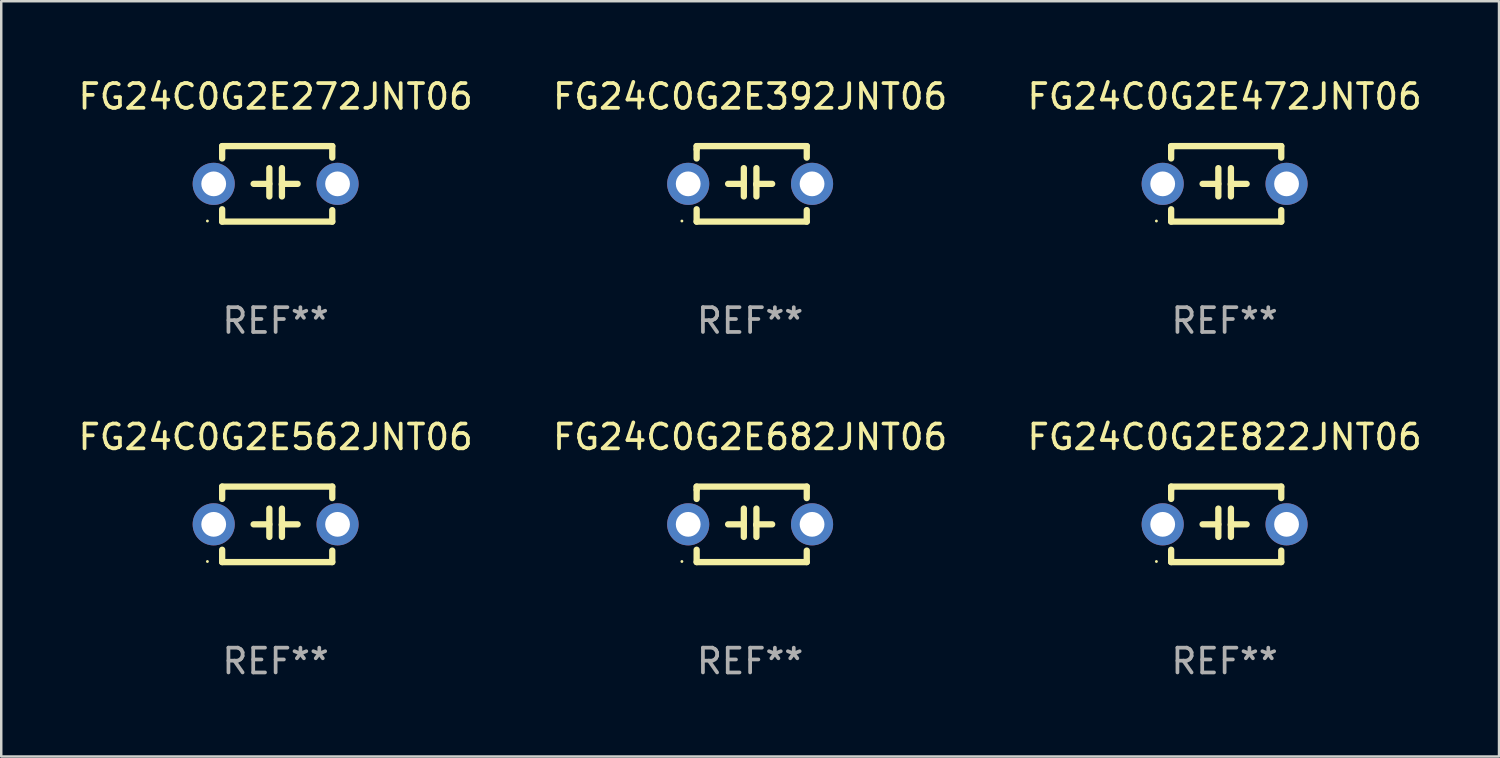
<source format=kicad_pcb>
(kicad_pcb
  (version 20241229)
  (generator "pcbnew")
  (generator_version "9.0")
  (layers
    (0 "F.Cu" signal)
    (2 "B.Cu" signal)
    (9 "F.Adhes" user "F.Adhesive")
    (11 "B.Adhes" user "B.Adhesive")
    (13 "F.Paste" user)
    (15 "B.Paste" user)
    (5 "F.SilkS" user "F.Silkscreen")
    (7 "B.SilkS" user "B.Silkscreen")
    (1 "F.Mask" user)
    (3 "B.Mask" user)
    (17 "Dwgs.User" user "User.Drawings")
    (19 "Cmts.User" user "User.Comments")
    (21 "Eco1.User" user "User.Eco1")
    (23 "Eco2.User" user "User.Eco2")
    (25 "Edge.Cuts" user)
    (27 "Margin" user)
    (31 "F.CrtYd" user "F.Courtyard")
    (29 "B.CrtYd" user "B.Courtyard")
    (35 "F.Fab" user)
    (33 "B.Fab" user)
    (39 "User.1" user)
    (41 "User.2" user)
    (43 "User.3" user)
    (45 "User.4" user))
  (footprint "FG24C0G2E272JNT06"
    (layer "F.Cu")
    (at 8.077 4.372)
    (property "Reference" "FG24C0G2E272JNT06" (at 0 -3.524 0) (layer "F.SilkS") (effects (font (size 1 1) (thickness 0.15))))
    (attr through_hole)
    (fp_line (start -2.159 -1.524) (end 2.286 -1.524) (stroke (width 0.254) (type solid)) (layer "F.SilkS"))
    (fp_line (start -2.159 -1.397) (end -2.159 -1.524) (stroke (width 0.254) (type solid)) (layer "F.SilkS"))
    (fp_line (start -2.159 -1.026) (end -2.159 -1.397) (stroke (width 0.254) (type solid)) (layer "F.SilkS"))
    (fp_line (start -2.159 1.524) (end -2.159 1.026) (stroke (width 0.254) (type solid)) (layer "F.SilkS"))
    (fp_line (start -0.889 0) (end -0.254 0) (stroke (width 0.254) (type solid)) (layer "F.SilkS"))
    (fp_line (start -0.254 0.508) (end -0.254 -0.635) (stroke (width 0.254) (type solid)) (layer "F.SilkS"))
    (fp_line (start 0.254 -0.635) (end 0.254 0.508) (stroke (width 0.254) (type solid)) (layer "F.SilkS"))
    (fp_line (start 0.254 0.04) (end 0.254 0.02) (stroke (width 0.254) (type solid)) (layer "F.SilkS"))
    (fp_line (start 0.889 0) (end 0.254 0) (stroke (width 0.254) (type solid)) (layer "F.SilkS"))
    (fp_line (start 2.286 -1.524) (end 2.286 -1.06) (stroke (width 0.254) (type solid)) (layer "F.SilkS"))
    (fp_line (start 2.286 1.06) (end 2.286 1.524) (stroke (width 0.254) (type solid)) (layer "F.SilkS"))
    (fp_line (start 2.286 1.524) (end -2.159 1.524) (stroke (width 0.254) (type solid)) (layer "F.SilkS"))
    (fp_circle (center -2.754 1.5) (end -2.724 1.5) (stroke (width 0.06) (type solid)) (fill no) (layer "F.SilkS"))
    (fp_text user "REF**" (at 0 5.524 0) (layer "F.Fab") (effects (font (size 1 1) (thickness 0.15))))
    (pad "1" thru_hole circle (at -2.5 0) (size 1.7 1.7) (drill 1) (layers "*.Cu" "*.Mask"))
    (pad "2" thru_hole circle (at 2.5 0) (size 1.7 1.7) (drill 1) (layers "*.Cu" "*.Mask")))
  (footprint "FG24C0G2E682JNT06"
    (layer "F.Cu")
    (at 27.232 18.117)
    (property "Reference" "FG24C0G2E682JNT06" (at 0 -3.524 0) (layer "F.SilkS") (effects (font (size 1 1) (thickness 0.15))))
    (attr through_hole)
    (fp_line (start -2.159 -1.524) (end 2.286 -1.524) (stroke (width 0.254) (type solid)) (layer "F.SilkS"))
    (fp_line (start -2.159 -1.397) (end -2.159 -1.524) (stroke (width 0.254) (type solid)) (layer "F.SilkS"))
    (fp_line (start -2.159 -1.026) (end -2.159 -1.397) (stroke (width 0.254) (type solid)) (layer "F.SilkS"))
    (fp_line (start -2.159 1.524) (end -2.159 1.026) (stroke (width 0.254) (type solid)) (layer "F.SilkS"))
    (fp_line (start -0.889 0) (end -0.254 0) (stroke (width 0.254) (type solid)) (layer "F.SilkS"))
    (fp_line (start -0.254 0.508) (end -0.254 -0.635) (stroke (width 0.254) (type solid)) (layer "F.SilkS"))
    (fp_line (start 0.254 -0.635) (end 0.254 0.508) (stroke (width 0.254) (type solid)) (layer "F.SilkS"))
    (fp_line (start 0.254 0.04) (end 0.254 0.02) (stroke (width 0.254) (type solid)) (layer "F.SilkS"))
    (fp_line (start 0.889 0) (end 0.254 0) (stroke (width 0.254) (type solid)) (layer "F.SilkS"))
    (fp_line (start 2.286 -1.524) (end 2.286 -1.06) (stroke (width 0.254) (type solid)) (layer "F.SilkS"))
    (fp_line (start 2.286 1.06) (end 2.286 1.524) (stroke (width 0.254) (type solid)) (layer "F.SilkS"))
    (fp_line (start 2.286 1.524) (end -2.159 1.524) (stroke (width 0.254) (type solid)) (layer "F.SilkS"))
    (fp_circle (center -2.754 1.5) (end -2.724 1.5) (stroke (width 0.06) (type solid)) (fill no) (layer "F.SilkS"))
    (fp_text user "REF**" (at 0 5.524 0) (layer "F.Fab") (effects (font (size 1 1) (thickness 0.15))))
    (pad "1" thru_hole circle (at -2.5 0) (size 1.7 1.7) (drill 1) (layers "*.Cu" "*.Mask"))
    (pad "2" thru_hole circle (at 2.5 0) (size 1.7 1.7) (drill 1) (layers "*.Cu" "*.Mask")))
  (footprint "FG24C0G2E472JNT06"
    (layer "F.Cu")
    (at 46.387 4.372)
    (property "Reference" "FG24C0G2E472JNT06" (at 0 -3.524 0) (layer "F.SilkS") (effects (font (size 1 1) (thickness 0.15))))
    (attr through_hole)
    (fp_line (start -2.159 -1.524) (end 2.286 -1.524) (stroke (width 0.254) (type solid)) (layer "F.SilkS"))
    (fp_line (start -2.159 -1.397) (end -2.159 -1.524) (stroke (width 0.254) (type solid)) (layer "F.SilkS"))
    (fp_line (start -2.159 -1.026) (end -2.159 -1.397) (stroke (width 0.254) (type solid)) (layer "F.SilkS"))
    (fp_line (start -2.159 1.524) (end -2.159 1.026) (stroke (width 0.254) (type solid)) (layer "F.SilkS"))
    (fp_line (start -0.889 0) (end -0.254 0) (stroke (width 0.254) (type solid)) (layer "F.SilkS"))
    (fp_line (start -0.254 0.508) (end -0.254 -0.635) (stroke (width 0.254) (type solid)) (layer "F.SilkS"))
    (fp_line (start 0.254 -0.635) (end 0.254 0.508) (stroke (width 0.254) (type solid)) (layer "F.SilkS"))
    (fp_line (start 0.254 0.04) (end 0.254 0.02) (stroke (width 0.254) (type solid)) (layer "F.SilkS"))
    (fp_line (start 0.889 0) (end 0.254 0) (stroke (width 0.254) (type solid)) (layer "F.SilkS"))
    (fp_line (start 2.286 -1.524) (end 2.286 -1.06) (stroke (width 0.254) (type solid)) (layer "F.SilkS"))
    (fp_line (start 2.286 1.06) (end 2.286 1.524) (stroke (width 0.254) (type solid)) (layer "F.SilkS"))
    (fp_line (start 2.286 1.524) (end -2.159 1.524) (stroke (width 0.254) (type solid)) (layer "F.SilkS"))
    (fp_circle (center -2.754 1.5) (end -2.724 1.5) (stroke (width 0.06) (type solid)) (fill no) (layer "F.SilkS"))
    (fp_text user "REF**" (at 0 5.524 0) (layer "F.Fab") (effects (font (size 1 1) (thickness 0.15))))
    (pad "1" thru_hole circle (at -2.5 0) (size 1.7 1.7) (drill 1) (layers "*.Cu" "*.Mask"))
    (pad "2" thru_hole circle (at 2.5 0) (size 1.7 1.7) (drill 1) (layers "*.Cu" "*.Mask")))
  (footprint "FG24C0G2E562JNT06"
    (layer "F.Cu")
    (at 8.077 18.117)
    (property "Reference" "FG24C0G2E562JNT06" (at 0 -3.524 0) (layer "F.SilkS") (effects (font (size 1 1) (thickness 0.15))))
    (attr through_hole)
    (fp_line (start -2.159 -1.524) (end 2.286 -1.524) (stroke (width 0.254) (type solid)) (layer "F.SilkS"))
    (fp_line (start -2.159 -1.397) (end -2.159 -1.524) (stroke (width 0.254) (type solid)) (layer "F.SilkS"))
    (fp_line (start -2.159 -1.026) (end -2.159 -1.397) (stroke (width 0.254) (type solid)) (layer "F.SilkS"))
    (fp_line (start -2.159 1.524) (end -2.159 1.026) (stroke (width 0.254) (type solid)) (layer "F.SilkS"))
    (fp_line (start -0.889 0) (end -0.254 0) (stroke (width 0.254) (type solid)) (layer "F.SilkS"))
    (fp_line (start -0.254 0.508) (end -0.254 -0.635) (stroke (width 0.254) (type solid)) (layer "F.SilkS"))
    (fp_line (start 0.254 -0.635) (end 0.254 0.508) (stroke (width 0.254) (type solid)) (layer "F.SilkS"))
    (fp_line (start 0.254 0.04) (end 0.254 0.02) (stroke (width 0.254) (type solid)) (layer "F.SilkS"))
    (fp_line (start 0.889 0) (end 0.254 0) (stroke (width 0.254) (type solid)) (layer "F.SilkS"))
    (fp_line (start 2.286 -1.524) (end 2.286 -1.06) (stroke (width 0.254) (type solid)) (layer "F.SilkS"))
    (fp_line (start 2.286 1.06) (end 2.286 1.524) (stroke (width 0.254) (type solid)) (layer "F.SilkS"))
    (fp_line (start 2.286 1.524) (end -2.159 1.524) (stroke (width 0.254) (type solid)) (layer "F.SilkS"))
    (fp_circle (center -2.754 1.5) (end -2.724 1.5) (stroke (width 0.06) (type solid)) (fill no) (layer "F.SilkS"))
    (fp_text user "REF**" (at 0 5.524 0) (layer "F.Fab") (effects (font (size 1 1) (thickness 0.15))))
    (pad "1" thru_hole circle (at -2.5 0) (size 1.7 1.7) (drill 1) (layers "*.Cu" "*.Mask"))
    (pad "2" thru_hole circle (at 2.5 0) (size 1.7 1.7) (drill 1) (layers "*.Cu" "*.Mask")))
  (footprint "FG24C0G2E392JNT06"
    (layer "F.Cu")
    (at 27.232 4.372)
    (property "Reference" "FG24C0G2E392JNT06" (at 0 -3.524 0) (layer "F.SilkS") (effects (font (size 1 1) (thickness 0.15))))
    (attr through_hole)
    (fp_line (start -2.159 -1.524) (end 2.286 -1.524) (stroke (width 0.254) (type solid)) (layer "F.SilkS"))
    (fp_line (start -2.159 -1.397) (end -2.159 -1.524) (stroke (width 0.254) (type solid)) (layer "F.SilkS"))
    (fp_line (start -2.159 -1.026) (end -2.159 -1.397) (stroke (width 0.254) (type solid)) (layer "F.SilkS"))
    (fp_line (start -2.159 1.524) (end -2.159 1.026) (stroke (width 0.254) (type solid)) (layer "F.SilkS"))
    (fp_line (start -0.889 0) (end -0.254 0) (stroke (width 0.254) (type solid)) (layer "F.SilkS"))
    (fp_line (start -0.254 0.508) (end -0.254 -0.635) (stroke (width 0.254) (type solid)) (layer "F.SilkS"))
    (fp_line (start 0.254 -0.635) (end 0.254 0.508) (stroke (width 0.254) (type solid)) (layer "F.SilkS"))
    (fp_line (start 0.254 0.04) (end 0.254 0.02) (stroke (width 0.254) (type solid)) (layer "F.SilkS"))
    (fp_line (start 0.889 0) (end 0.254 0) (stroke (width 0.254) (type solid)) (layer "F.SilkS"))
    (fp_line (start 2.286 -1.524) (end 2.286 -1.06) (stroke (width 0.254) (type solid)) (layer "F.SilkS"))
    (fp_line (start 2.286 1.06) (end 2.286 1.524) (stroke (width 0.254) (type solid)) (layer "F.SilkS"))
    (fp_line (start 2.286 1.524) (end -2.159 1.524) (stroke (width 0.254) (type solid)) (layer "F.SilkS"))
    (fp_circle (center -2.754 1.5) (end -2.724 1.5) (stroke (width 0.06) (type solid)) (fill no) (layer "F.SilkS"))
    (fp_text user "REF**" (at 0 5.524 0) (layer "F.Fab") (effects (font (size 1 1) (thickness 0.15))))
    (pad "1" thru_hole circle (at -2.5 0) (size 1.7 1.7) (drill 1) (layers "*.Cu" "*.Mask"))
    (pad "2" thru_hole circle (at 2.5 0) (size 1.7 1.7) (drill 1) (layers "*.Cu" "*.Mask")))
  (footprint "FG24C0G2E822JNT06"
    (layer "F.Cu")
    (at 46.387 18.117)
    (property "Reference" "FG24C0G2E822JNT06" (at 0 -3.524 0) (layer "F.SilkS") (effects (font (size 1 1) (thickness 0.15))))
    (attr through_hole)
    (fp_line (start -2.159 -1.524) (end 2.286 -1.524) (stroke (width 0.254) (type solid)) (layer "F.SilkS"))
    (fp_line (start -2.159 -1.397) (end -2.159 -1.524) (stroke (width 0.254) (type solid)) (layer "F.SilkS"))
    (fp_line (start -2.159 -1.026) (end -2.159 -1.397) (stroke (width 0.254) (type solid)) (layer "F.SilkS"))
    (fp_line (start -2.159 1.524) (end -2.159 1.026) (stroke (width 0.254) (type solid)) (layer "F.SilkS"))
    (fp_line (start -0.889 0) (end -0.254 0) (stroke (width 0.254) (type solid)) (layer "F.SilkS"))
    (fp_line (start -0.254 0.508) (end -0.254 -0.635) (stroke (width 0.254) (type solid)) (layer "F.SilkS"))
    (fp_line (start 0.254 -0.635) (end 0.254 0.508) (stroke (width 0.254) (type solid)) (layer "F.SilkS"))
    (fp_line (start 0.254 0.04) (end 0.254 0.02) (stroke (width 0.254) (type solid)) (layer "F.SilkS"))
    (fp_line (start 0.889 0) (end 0.254 0) (stroke (width 0.254) (type solid)) (layer "F.SilkS"))
    (fp_line (start 2.286 -1.524) (end 2.286 -1.06) (stroke (width 0.254) (type solid)) (layer "F.SilkS"))
    (fp_line (start 2.286 1.06) (end 2.286 1.524) (stroke (width 0.254) (type solid)) (layer "F.SilkS"))
    (fp_line (start 2.286 1.524) (end -2.159 1.524) (stroke (width 0.254) (type solid)) (layer "F.SilkS"))
    (fp_circle (center -2.754 1.5) (end -2.724 1.5) (stroke (width 0.06) (type solid)) (fill no) (layer "F.SilkS"))
    (fp_text user "REF**" (at 0 5.524 0) (layer "F.Fab") (effects (font (size 1 1) (thickness 0.15))))
    (pad "1" thru_hole circle (at -2.5 0) (size 1.7 1.7) (drill 1) (layers "*.Cu" "*.Mask"))
    (pad "2" thru_hole circle (at 2.5 0) (size 1.7 1.7) (drill 1) (layers "*.Cu" "*.Mask")))
  (gr_rect
    (start -3 -3)
    (end 57.464 27.489)
    (stroke (width 0.1) (type default))
    (fill no)
    (layer "Edge.Cuts")))
</source>
